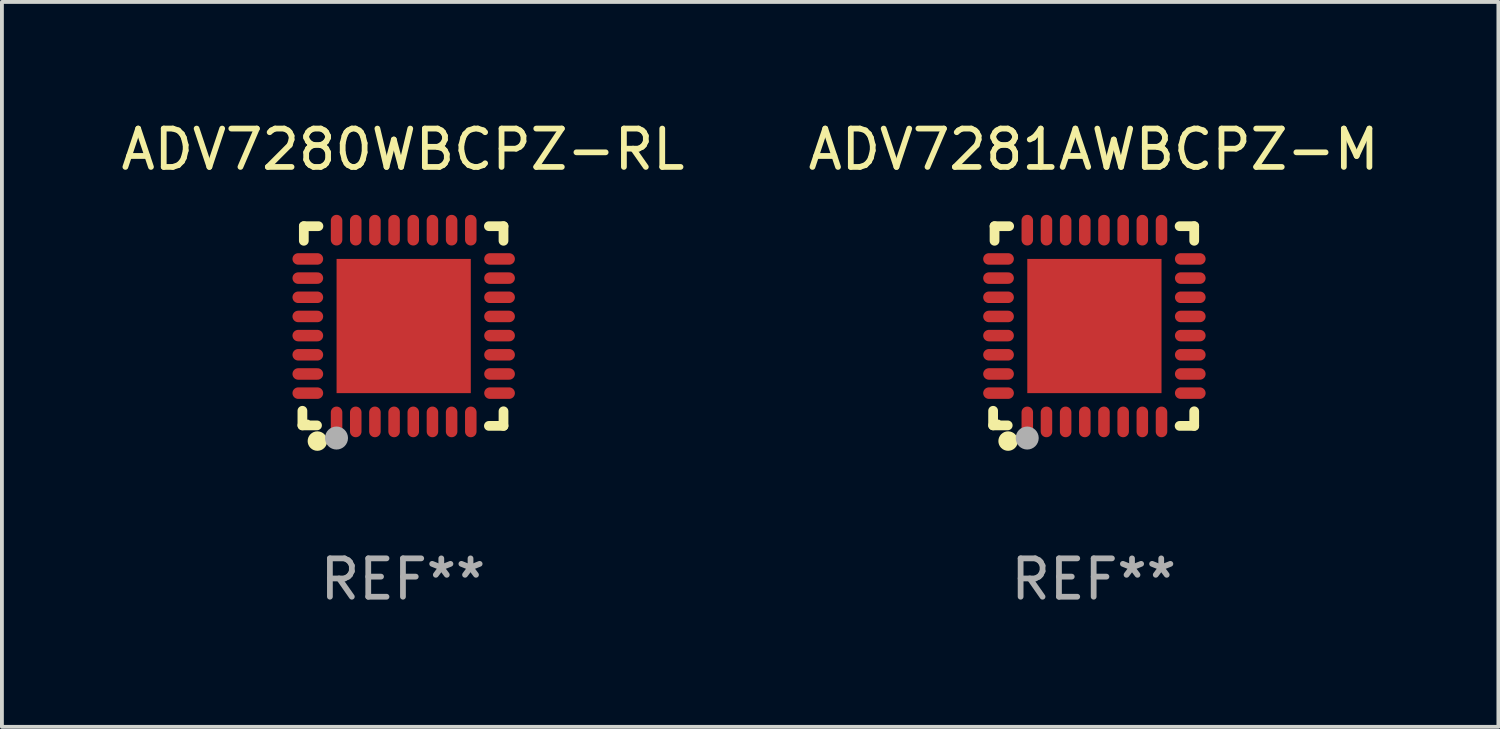
<source format=kicad_pcb>
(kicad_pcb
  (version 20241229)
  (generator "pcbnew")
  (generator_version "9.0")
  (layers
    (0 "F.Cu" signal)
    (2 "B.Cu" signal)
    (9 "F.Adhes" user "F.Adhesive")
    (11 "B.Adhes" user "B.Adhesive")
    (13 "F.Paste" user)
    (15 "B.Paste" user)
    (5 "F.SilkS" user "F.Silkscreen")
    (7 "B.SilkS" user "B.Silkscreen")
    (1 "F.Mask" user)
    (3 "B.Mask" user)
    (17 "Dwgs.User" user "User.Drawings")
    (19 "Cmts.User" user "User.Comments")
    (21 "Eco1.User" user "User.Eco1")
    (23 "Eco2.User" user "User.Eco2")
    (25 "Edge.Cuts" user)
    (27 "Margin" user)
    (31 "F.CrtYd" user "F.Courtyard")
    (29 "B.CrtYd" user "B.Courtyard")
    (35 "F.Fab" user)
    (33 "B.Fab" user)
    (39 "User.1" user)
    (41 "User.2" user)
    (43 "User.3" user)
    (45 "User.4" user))
  (footprint "ADV7280WBCPZ-RL"
    (layer "F.Cu")
    (at 7.458 5.452)
    (property "Reference" "ADV7280WBCPZ-RL" (at 0 -4.604 0) (layer "F.SilkS") (effects (font (size 1 1) (thickness 0.15))))
    (attr through_hole)
    (fp_line (start -2.622 2.21) (end -2.622 2.591) (stroke (width 0.254) (type solid)) (layer "F.SilkS"))
    (fp_line (start -2.622 2.591) (end -2.241 2.591) (stroke (width 0.254) (type solid)) (layer "F.SilkS"))
    (fp_line (start -2.585 -2.604) (end -2.585 -2.223) (stroke (width 0.254) (type solid)) (layer "F.SilkS"))
    (fp_line (start -2.204 -2.604) (end -2.585 -2.604) (stroke (width 0.254) (type solid)) (layer "F.SilkS"))
    (fp_line (start 2.241 2.604) (end 2.622 2.604) (stroke (width 0.254) (type solid)) (layer "F.SilkS"))
    (fp_line (start 2.622 -2.604) (end 2.241 -2.604) (stroke (width 0.254) (type solid)) (layer "F.SilkS"))
    (fp_line (start 2.622 -2.223) (end 2.622 -2.604) (stroke (width 0.254) (type solid)) (layer "F.SilkS"))
    (fp_line (start 2.622 2.604) (end 2.622 2.223) (stroke (width 0.254) (type solid)) (layer "F.SilkS"))
    (fp_circle (center -2.481 2.5) (end -2.451 2.5) (stroke (width 0.06) (type solid)) (fill no) (layer "F.SilkS"))
    (fp_circle (center -2.231 3) (end -2.104 3) (stroke (width 0.254) (type solid)) (fill no) (layer "F.SilkS"))
    (fp_circle (center -1.733 2.921) (end -1.583 2.921) (stroke (width 0.3) (type solid)) (fill no) (layer "F.Fab"))
    (fp_text user "REF**" (at 0 6.604 0) (layer "F.Fab") (effects (font (size 1 1) (thickness 0.15))))
    (pad "1" smd oval (at -1.731 2.5 90) (size 0.8 0.3) (layers "F.Cu" "F.Mask" "F.Paste"))
    (pad "2" smd oval (at -1.231 2.5 90) (size 0.8 0.3) (layers "F.Cu" "F.Mask" "F.Paste"))
    (pad "3" smd oval (at -0.731 2.5 90) (size 0.8 0.3) (layers "F.Cu" "F.Mask" "F.Paste"))
    (pad "4" smd oval (at -0.231 2.5 90) (size 0.8 0.3) (layers "F.Cu" "F.Mask" "F.Paste"))
    (pad "5" smd oval (at 0.269 2.5 90) (size 0.8 0.3) (layers "F.Cu" "F.Mask" "F.Paste"))
    (pad "6" smd oval (at 0.769 2.5 90) (size 0.8 0.3) (layers "F.Cu" "F.Mask" "F.Paste"))
    (pad "7" smd oval (at 1.269 2.5 90) (size 0.8 0.3) (layers "F.Cu" "F.Mask" "F.Paste"))
    (pad "8" smd oval (at 1.769 2.5 90) (size 0.8 0.3) (layers "F.Cu" "F.Mask" "F.Paste"))
    (pad "9" smd oval (at 2.519 1.75 180) (size 0.8 0.3) (layers "F.Cu" "F.Mask" "F.Paste"))
    (pad "10" smd oval (at 2.519 1.25 180) (size 0.8 0.3) (layers "F.Cu" "F.Mask" "F.Paste"))
    (pad "11" smd oval (at 2.519 0.75 180) (size 0.8 0.3) (layers "F.Cu" "F.Mask" "F.Paste"))
    (pad "12" smd oval (at 2.519 0.25 180) (size 0.8 0.3) (layers "F.Cu" "F.Mask" "F.Paste"))
    (pad "13" smd oval (at 2.519 -0.25 180) (size 0.8 0.3) (layers "F.Cu" "F.Mask" "F.Paste"))
    (pad "14" smd oval (at 2.519 -0.75 180) (size 0.8 0.3) (layers "F.Cu" "F.Mask" "F.Paste"))
    (pad "15" smd oval (at 2.519 -1.25 180) (size 0.8 0.3) (layers "F.Cu" "F.Mask" "F.Paste"))
    (pad "16" smd oval (at 2.519 -1.75 180) (size 0.8 0.3) (layers "F.Cu" "F.Mask" "F.Paste"))
    (pad "17" smd oval (at 1.769 -2.5 270) (size 0.8 0.3) (layers "F.Cu" "F.Mask" "F.Paste"))
    (pad "18" smd oval (at 1.269 -2.5 270) (size 0.8 0.3) (layers "F.Cu" "F.Mask" "F.Paste"))
    (pad "19" smd oval (at 0.769 -2.5 270) (size 0.8 0.3) (layers "F.Cu" "F.Mask" "F.Paste"))
    (pad "20" smd oval (at 0.269 -2.5 270) (size 0.8 0.3) (layers "F.Cu" "F.Mask" "F.Paste"))
    (pad "21" smd oval (at -0.231 -2.5 270) (size 0.8 0.3) (layers "F.Cu" "F.Mask" "F.Paste"))
    (pad "22" smd oval (at -0.731 -2.5 270) (size 0.8 0.3) (layers "F.Cu" "F.Mask" "F.Paste"))
    (pad "23" smd oval (at -1.231 -2.5 270) (size 0.8 0.3) (layers "F.Cu" "F.Mask" "F.Paste"))
    (pad "24" smd oval (at -1.731 -2.5 270) (size 0.8 0.3) (layers "F.Cu" "F.Mask" "F.Paste"))
    (pad "25" smd oval (at -2.481 -1.75) (size 0.8 0.3) (layers "F.Cu" "F.Mask" "F.Paste"))
    (pad "26" smd oval (at -2.481 -1.25) (size 0.8 0.3) (layers "F.Cu" "F.Mask" "F.Paste"))
    (pad "27" smd oval (at -2.481 -0.75) (size 0.8 0.3) (layers "F.Cu" "F.Mask" "F.Paste"))
    (pad "28" smd oval (at -2.481 -0.25) (size 0.8 0.3) (layers "F.Cu" "F.Mask" "F.Paste"))
    (pad "29" smd oval (at -2.481 0.25) (size 0.8 0.3) (layers "F.Cu" "F.Mask" "F.Paste"))
    (pad "30" smd oval (at -2.481 0.75) (size 0.8 0.3) (layers "F.Cu" "F.Mask" "F.Paste"))
    (pad "31" smd oval (at -2.481 1.25) (size 0.8 0.3) (layers "F.Cu" "F.Mask" "F.Paste"))
    (pad "32" smd oval (at -2.481 1.75) (size 0.8 0.3) (layers "F.Cu" "F.Mask" "F.Paste"))
    (pad "33" smd rect (at 0.019 -0.000025 90) (size 3.5 3.5) (layers "F.Cu" "F.Mask" "F.Paste")))
  (footprint "ADV7281AWBCPZ-M"
    (layer "F.Cu")
    (at 25.47 5.452)
    (property "Reference" "ADV7281AWBCPZ-M" (at 0 -4.604 0) (layer "F.SilkS") (effects (font (size 1 1) (thickness 0.15))))
    (attr through_hole)
    (fp_line (start -2.622 2.21) (end -2.622 2.591) (stroke (width 0.254) (type solid)) (layer "F.SilkS"))
    (fp_line (start -2.622 2.591) (end -2.241 2.591) (stroke (width 0.254) (type solid)) (layer "F.SilkS"))
    (fp_line (start -2.585 -2.604) (end -2.585 -2.223) (stroke (width 0.254) (type solid)) (layer "F.SilkS"))
    (fp_line (start -2.204 -2.604) (end -2.585 -2.604) (stroke (width 0.254) (type solid)) (layer "F.SilkS"))
    (fp_line (start 2.241 2.604) (end 2.622 2.604) (stroke (width 0.254) (type solid)) (layer "F.SilkS"))
    (fp_line (start 2.622 -2.604) (end 2.241 -2.604) (stroke (width 0.254) (type solid)) (layer "F.SilkS"))
    (fp_line (start 2.622 -2.223) (end 2.622 -2.604) (stroke (width 0.254) (type solid)) (layer "F.SilkS"))
    (fp_line (start 2.622 2.604) (end 2.622 2.223) (stroke (width 0.254) (type solid)) (layer "F.SilkS"))
    (fp_circle (center -2.481 2.5) (end -2.451 2.5) (stroke (width 0.06) (type solid)) (fill no) (layer "F.SilkS"))
    (fp_circle (center -2.231 3) (end -2.104 3) (stroke (width 0.254) (type solid)) (fill no) (layer "F.SilkS"))
    (fp_circle (center -1.733 2.921) (end -1.583 2.921) (stroke (width 0.3) (type solid)) (fill no) (layer "F.Fab"))
    (fp_text user "REF**" (at 0 6.604 0) (layer "F.Fab") (effects (font (size 1 1) (thickness 0.15))))
    (pad "1" smd oval (at -1.731 2.5 90) (size 0.8 0.3) (layers "F.Cu" "F.Mask" "F.Paste"))
    (pad "2" smd oval (at -1.231 2.5 90) (size 0.8 0.3) (layers "F.Cu" "F.Mask" "F.Paste"))
    (pad "3" smd oval (at -0.731 2.5 90) (size 0.8 0.3) (layers "F.Cu" "F.Mask" "F.Paste"))
    (pad "4" smd oval (at -0.231 2.5 90) (size 0.8 0.3) (layers "F.Cu" "F.Mask" "F.Paste"))
    (pad "5" smd oval (at 0.269 2.5 90) (size 0.8 0.3) (layers "F.Cu" "F.Mask" "F.Paste"))
    (pad "6" smd oval (at 0.769 2.5 90) (size 0.8 0.3) (layers "F.Cu" "F.Mask" "F.Paste"))
    (pad "7" smd oval (at 1.269 2.5 90) (size 0.8 0.3) (layers "F.Cu" "F.Mask" "F.Paste"))
    (pad "8" smd oval (at 1.769 2.5 90) (size 0.8 0.3) (layers "F.Cu" "F.Mask" "F.Paste"))
    (pad "9" smd oval (at 2.519 1.75 180) (size 0.8 0.3) (layers "F.Cu" "F.Mask" "F.Paste"))
    (pad "10" smd oval (at 2.519 1.25 180) (size 0.8 0.3) (layers "F.Cu" "F.Mask" "F.Paste"))
    (pad "11" smd oval (at 2.519 0.75 180) (size 0.8 0.3) (layers "F.Cu" "F.Mask" "F.Paste"))
    (pad "12" smd oval (at 2.519 0.25 180) (size 0.8 0.3) (layers "F.Cu" "F.Mask" "F.Paste"))
    (pad "13" smd oval (at 2.519 -0.25 180) (size 0.8 0.3) (layers "F.Cu" "F.Mask" "F.Paste"))
    (pad "14" smd oval (at 2.519 -0.75 180) (size 0.8 0.3) (layers "F.Cu" "F.Mask" "F.Paste"))
    (pad "15" smd oval (at 2.519 -1.25 180) (size 0.8 0.3) (layers "F.Cu" "F.Mask" "F.Paste"))
    (pad "16" smd oval (at 2.519 -1.75 180) (size 0.8 0.3) (layers "F.Cu" "F.Mask" "F.Paste"))
    (pad "17" smd oval (at 1.769 -2.5 270) (size 0.8 0.3) (layers "F.Cu" "F.Mask" "F.Paste"))
    (pad "18" smd oval (at 1.269 -2.5 270) (size 0.8 0.3) (layers "F.Cu" "F.Mask" "F.Paste"))
    (pad "19" smd oval (at 0.769 -2.5 270) (size 0.8 0.3) (layers "F.Cu" "F.Mask" "F.Paste"))
    (pad "20" smd oval (at 0.269 -2.5 270) (size 0.8 0.3) (layers "F.Cu" "F.Mask" "F.Paste"))
    (pad "21" smd oval (at -0.231 -2.5 270) (size 0.8 0.3) (layers "F.Cu" "F.Mask" "F.Paste"))
    (pad "22" smd oval (at -0.731 -2.5 270) (size 0.8 0.3) (layers "F.Cu" "F.Mask" "F.Paste"))
    (pad "23" smd oval (at -1.231 -2.5 270) (size 0.8 0.3) (layers "F.Cu" "F.Mask" "F.Paste"))
    (pad "24" smd oval (at -1.731 -2.5 270) (size 0.8 0.3) (layers "F.Cu" "F.Mask" "F.Paste"))
    (pad "25" smd oval (at -2.481 -1.75) (size 0.8 0.3) (layers "F.Cu" "F.Mask" "F.Paste"))
    (pad "26" smd oval (at -2.481 -1.25) (size 0.8 0.3) (layers "F.Cu" "F.Mask" "F.Paste"))
    (pad "27" smd oval (at -2.481 -0.75) (size 0.8 0.3) (layers "F.Cu" "F.Mask" "F.Paste"))
    (pad "28" smd oval (at -2.481 -0.25) (size 0.8 0.3) (layers "F.Cu" "F.Mask" "F.Paste"))
    (pad "29" smd oval (at -2.481 0.25) (size 0.8 0.3) (layers "F.Cu" "F.Mask" "F.Paste"))
    (pad "30" smd oval (at -2.481 0.75) (size 0.8 0.3) (layers "F.Cu" "F.Mask" "F.Paste"))
    (pad "31" smd oval (at -2.481 1.25) (size 0.8 0.3) (layers "F.Cu" "F.Mask" "F.Paste"))
    (pad "32" smd oval (at -2.481 1.75) (size 0.8 0.3) (layers "F.Cu" "F.Mask" "F.Paste"))
    (pad "33" smd rect (at 0.019 -0.000025 90) (size 3.5 3.5) (layers "F.Cu" "F.Mask" "F.Paste")))
  (gr_rect
    (start -3 -3)
    (end 36.024 15.904)
    (stroke (width 0.1) (type default))
    (fill no)
    (layer "Edge.Cuts")))
</source>
